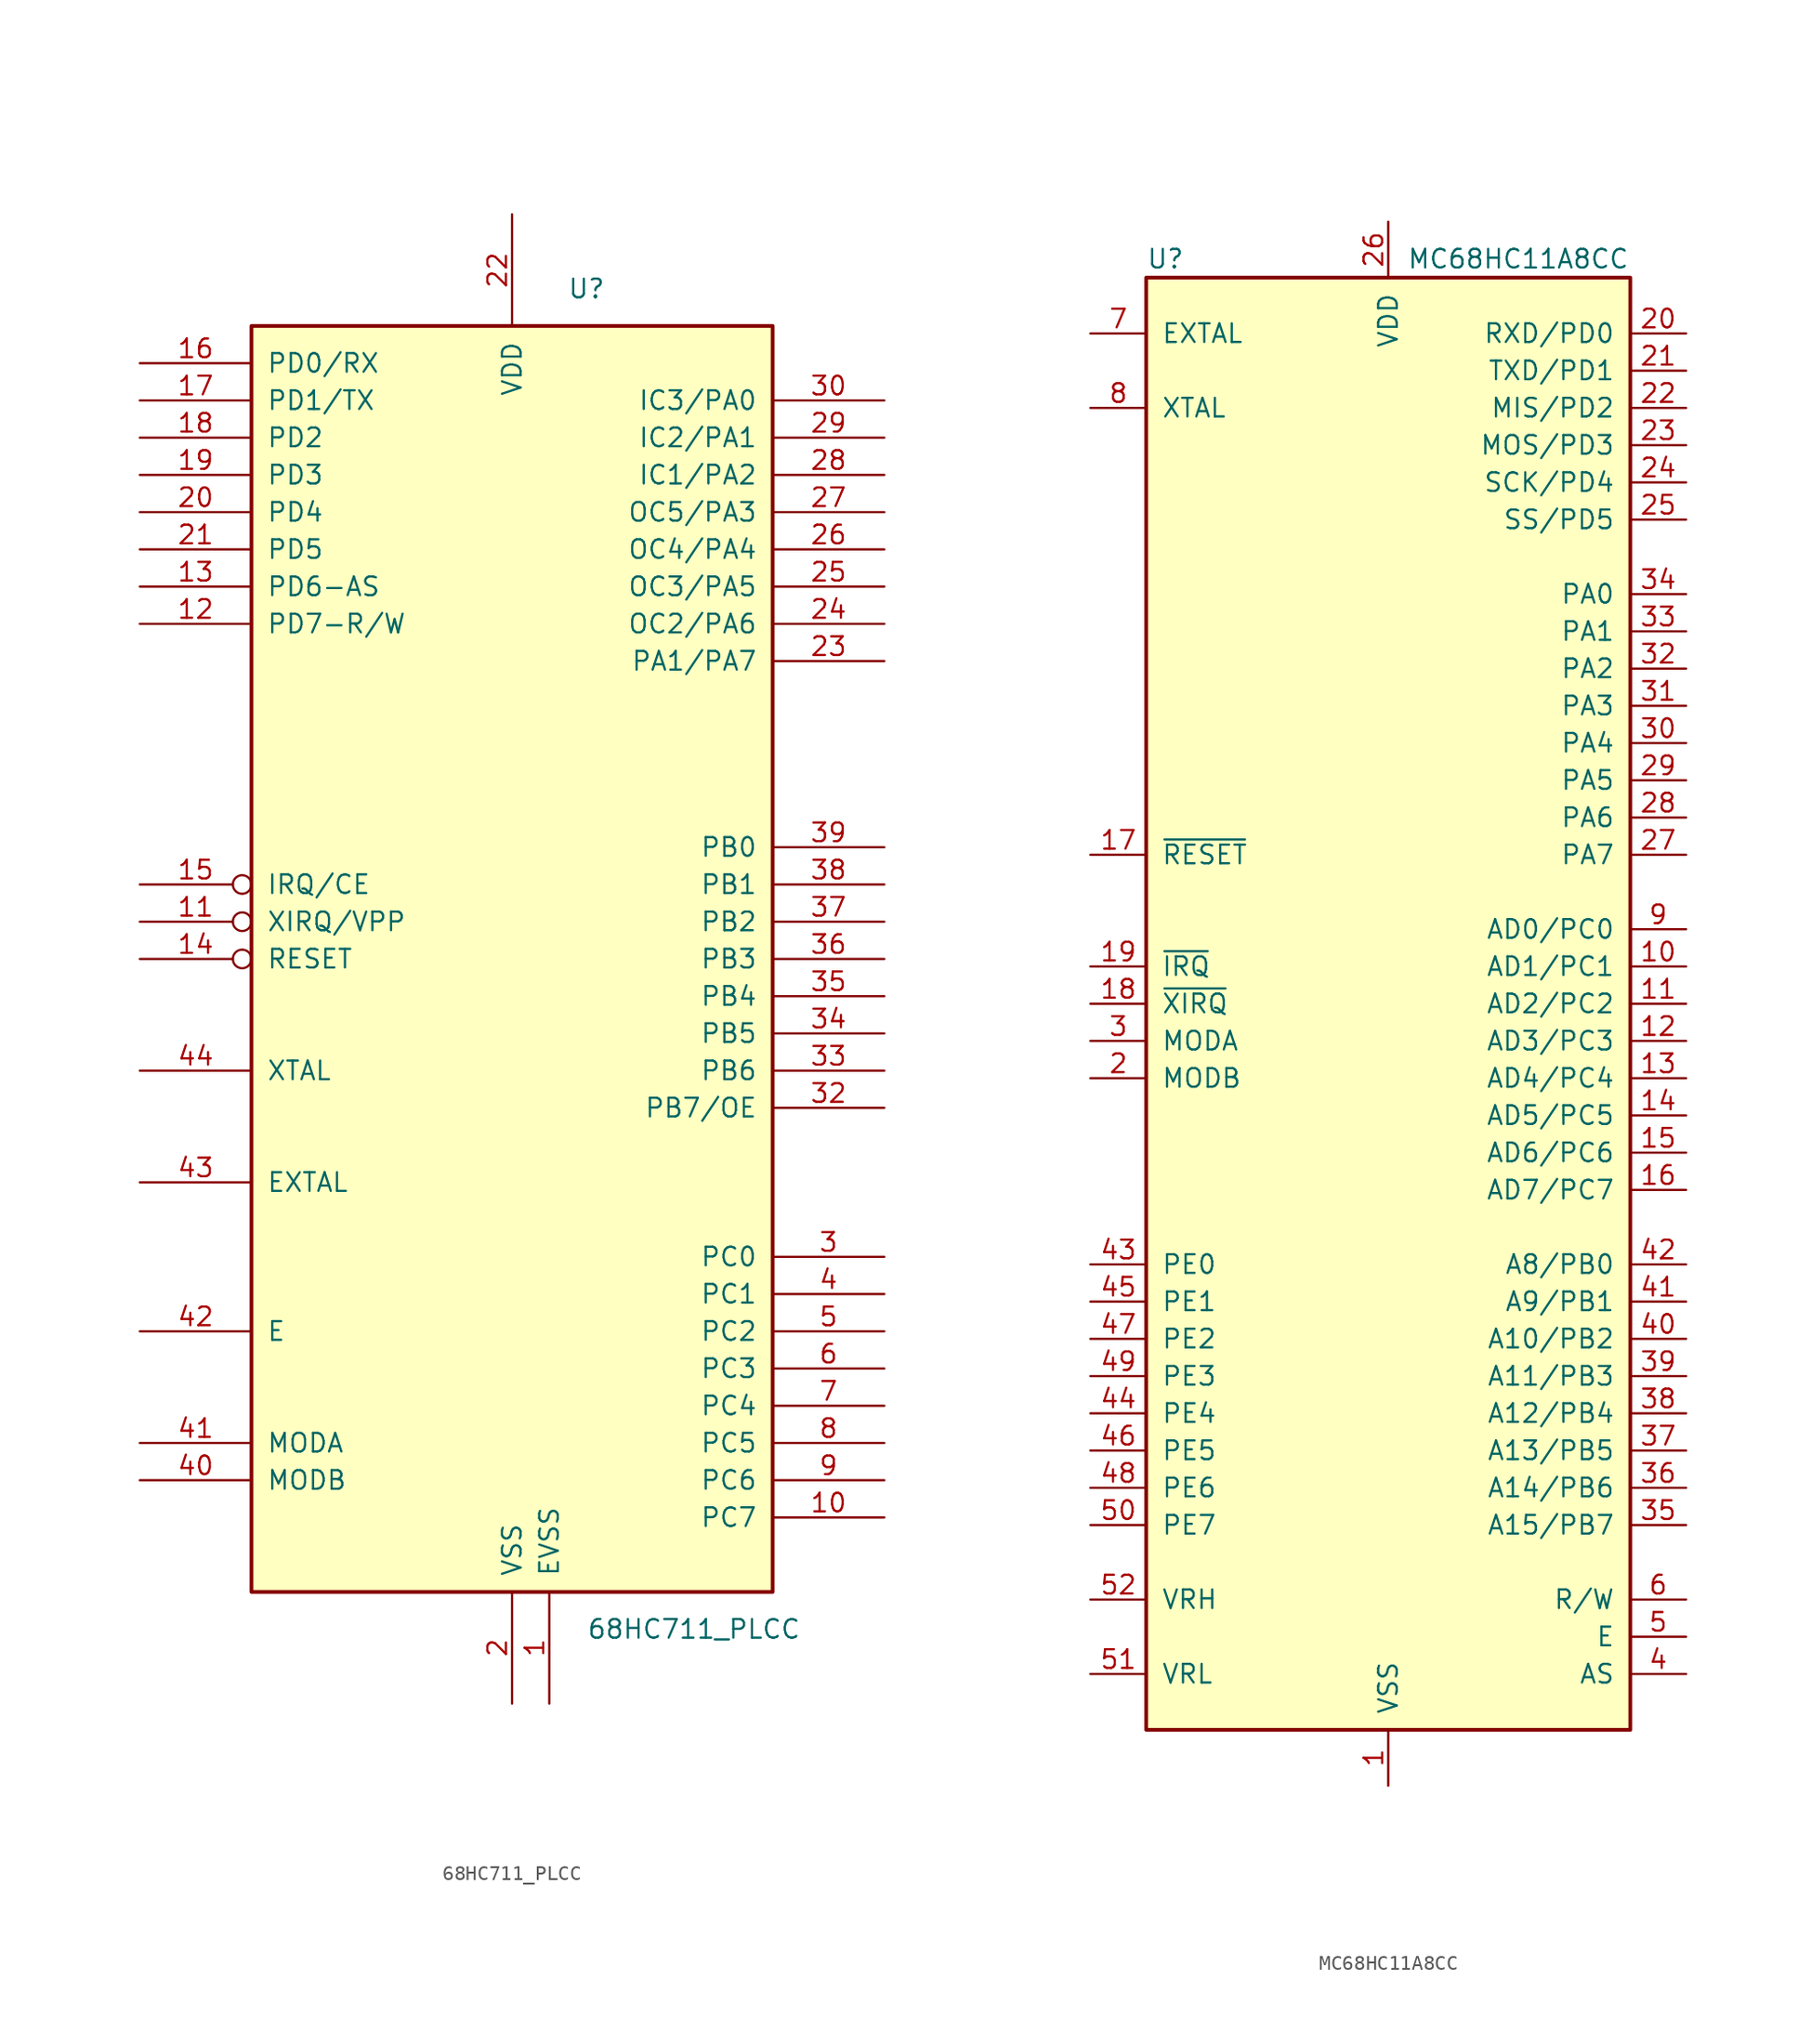
<source format=kicad_sym>
(kicad_symbol_lib
  (version 20201005)
  (generator kicad_symbol_editor)
  (symbol "MCU_NXP_HC11:68HC711_PLCC"
    (pin_names
      (offset 1.016))
    (property "Reference" "U"
      (at 5.08 45.72 0)
      (effects (font (size 1.27 1.27))))
    (property "Value" "68HC711_PLCC"
      (at 5.08 -45.72 0)
      (effects (font (size 1.27 1.27)) (justify left)))
    (symbol "68HC711_PLCC_0_1"
      (rectangle (start -17.78 -43.18) (end 17.78 43.18) (stroke (width 0.254)) (fill (type background))))
    (symbol "68HC711_PLCC_1_1"
      (pin power_in line (at 2.54 -50.8 90) (length 7.62) (name "EVSS" (effects (font (size 1.27 1.27)))) (number "1" (effects (font (size 1.27 1.27)))))
      (pin input line (at 25.4 -38.1 180) (length 7.62) (name "PC7" (effects (font (size 1.27 1.27)))) (number "10" (effects (font (size 1.27 1.27)))))
      (pin input inverted (at -25.4 2.54 0) (length 7.62) (name "XIRQ/VPP" (effects (font (size 1.27 1.27)))) (number "11" (effects (font (size 1.27 1.27)))))
      (pin output line (at -25.4 22.86 0) (length 7.62) (name "PD7-R/W" (effects (font (size 1.27 1.27)))) (number "12" (effects (font (size 1.27 1.27)))))
      (pin input line (at -25.4 25.4 0) (length 7.62) (name "PD6-AS" (effects (font (size 1.27 1.27)))) (number "13" (effects (font (size 1.27 1.27)))))
      (pin input inverted (at -25.4 0 0) (length 7.62) (name "RESET" (effects (font (size 1.27 1.27)))) (number "14" (effects (font (size 1.27 1.27)))))
      (pin input inverted (at -25.4 5.08 0) (length 7.62) (name "IRQ/CE" (effects (font (size 1.27 1.27)))) (number "15" (effects (font (size 1.27 1.27)))))
      (pin input line (at -25.4 40.64 0) (length 7.62) (name "PD0/RX" (effects (font (size 1.27 1.27)))) (number "16" (effects (font (size 1.27 1.27)))))
      (pin input line (at -25.4 38.1 0) (length 7.62) (name "PD1/TX" (effects (font (size 1.27 1.27)))) (number "17" (effects (font (size 1.27 1.27)))))
      (pin input line (at -25.4 35.56 0) (length 7.62) (name "PD2" (effects (font (size 1.27 1.27)))) (number "18" (effects (font (size 1.27 1.27)))))
      (pin input line (at -25.4 33.02 0) (length 7.62) (name "PD3" (effects (font (size 1.27 1.27)))) (number "19" (effects (font (size 1.27 1.27)))))
      (pin power_in line (at 0 -50.8 90) (length 7.62) (name "VSS" (effects (font (size 1.27 1.27)))) (number "2" (effects (font (size 1.27 1.27)))))
      (pin input line (at -25.4 30.48 0) (length 7.62) (name "PD4" (effects (font (size 1.27 1.27)))) (number "20" (effects (font (size 1.27 1.27)))))
      (pin input line (at -25.4 27.94 0) (length 7.62) (name "PD5" (effects (font (size 1.27 1.27)))) (number "21" (effects (font (size 1.27 1.27)))))
      (pin power_in line (at 0 50.8 270) (length 7.62) (name "VDD" (effects (font (size 1.27 1.27)))) (number "22" (effects (font (size 1.27 1.27)))))
      (pin input line (at 25.4 20.32 180) (length 7.62) (name "PA1/PA7" (effects (font (size 1.27 1.27)))) (number "23" (effects (font (size 1.27 1.27)))))
      (pin output line (at 25.4 22.86 180) (length 7.62) (name "OC2/PA6" (effects (font (size 1.27 1.27)))) (number "24" (effects (font (size 1.27 1.27)))))
      (pin output line (at 25.4 25.4 180) (length 7.62) (name "OC3/PA5" (effects (font (size 1.27 1.27)))) (number "25" (effects (font (size 1.27 1.27)))))
      (pin output line (at 25.4 27.94 180) (length 7.62) (name "OC4/PA4" (effects (font (size 1.27 1.27)))) (number "26" (effects (font (size 1.27 1.27)))))
      (pin output line (at 25.4 30.48 180) (length 7.62) (name "OC5/PA3" (effects (font (size 1.27 1.27)))) (number "27" (effects (font (size 1.27 1.27)))))
      (pin input line (at 25.4 33.02 180) (length 7.62) (name "IC1/PA2" (effects (font (size 1.27 1.27)))) (number "28" (effects (font (size 1.27 1.27)))))
      (pin input line (at 25.4 35.56 180) (length 7.62) (name "IC2/PA1" (effects (font (size 1.27 1.27)))) (number "29" (effects (font (size 1.27 1.27)))))
      (pin input line (at 25.4 -20.32 180) (length 7.62) (name "PC0" (effects (font (size 1.27 1.27)))) (number "3" (effects (font (size 1.27 1.27)))))
      (pin input line (at 25.4 38.1 180) (length 7.62) (name "IC3/PA0" (effects (font (size 1.27 1.27)))) (number "30" (effects (font (size 1.27 1.27)))))
      (pin output line (at 25.4 -10.16 180) (length 7.62) (name "PB7/OE" (effects (font (size 1.27 1.27)))) (number "32" (effects (font (size 1.27 1.27)))))
      (pin output line (at 25.4 -7.62 180) (length 7.62) (name "PB6" (effects (font (size 1.27 1.27)))) (number "33" (effects (font (size 1.27 1.27)))))
      (pin output line (at 25.4 -5.08 180) (length 7.62) (name "PB5" (effects (font (size 1.27 1.27)))) (number "34" (effects (font (size 1.27 1.27)))))
      (pin output line (at 25.4 -2.54 180) (length 7.62) (name "PB4" (effects (font (size 1.27 1.27)))) (number "35" (effects (font (size 1.27 1.27)))))
      (pin output line (at 25.4 0 180) (length 7.62) (name "PB3" (effects (font (size 1.27 1.27)))) (number "36" (effects (font (size 1.27 1.27)))))
      (pin output line (at 25.4 2.54 180) (length 7.62) (name "PB2" (effects (font (size 1.27 1.27)))) (number "37" (effects (font (size 1.27 1.27)))))
      (pin output line (at 25.4 5.08 180) (length 7.62) (name "PB1" (effects (font (size 1.27 1.27)))) (number "38" (effects (font (size 1.27 1.27)))))
      (pin output line (at 25.4 7.62 180) (length 7.62) (name "PB0" (effects (font (size 1.27 1.27)))) (number "39" (effects (font (size 1.27 1.27)))))
      (pin input line (at 25.4 -22.86 180) (length 7.62) (name "PC1" (effects (font (size 1.27 1.27)))) (number "4" (effects (font (size 1.27 1.27)))))
      (pin input line (at -25.4 -35.56 0) (length 7.62) (name "MODB" (effects (font (size 1.27 1.27)))) (number "40" (effects (font (size 1.27 1.27)))))
      (pin input line (at -25.4 -33.02 0) (length 7.62) (name "MODA" (effects (font (size 1.27 1.27)))) (number "41" (effects (font (size 1.27 1.27)))))
      (pin output line (at -25.4 -25.4 0) (length 7.62) (name "E" (effects (font (size 1.27 1.27)))) (number "42" (effects (font (size 1.27 1.27)))))
      (pin input line (at -25.4 -15.24 0) (length 7.62) (name "EXTAL" (effects (font (size 1.27 1.27)))) (number "43" (effects (font (size 1.27 1.27)))))
      (pin output line (at -25.4 -7.62 0) (length 7.62) (name "XTAL" (effects (font (size 1.27 1.27)))) (number "44" (effects (font (size 1.27 1.27)))))
      (pin input line (at 25.4 -25.4 180) (length 7.62) (name "PC2" (effects (font (size 1.27 1.27)))) (number "5" (effects (font (size 1.27 1.27)))))
      (pin input line (at 25.4 -27.94 180) (length 7.62) (name "PC3" (effects (font (size 1.27 1.27)))) (number "6" (effects (font (size 1.27 1.27)))))
      (pin input line (at 25.4 -30.48 180) (length 7.62) (name "PC4" (effects (font (size 1.27 1.27)))) (number "7" (effects (font (size 1.27 1.27)))))
      (pin input line (at 25.4 -33.02 180) (length 7.62) (name "PC5" (effects (font (size 1.27 1.27)))) (number "8" (effects (font (size 1.27 1.27)))))
      (pin input line (at 25.4 -35.56 180) (length 7.62) (name "PC6" (effects (font (size 1.27 1.27)))) (number "9" (effects (font (size 1.27 1.27)))))))
  (symbol "MCU_NXP_HC11:MC68HC11A8CC"
    (pin_names
      (offset 1.016))
    (property "Reference" "U"
      (at -16.51 50.8 0)
      (effects (font (size 1.27 1.27)) (justify left)))
    (property "Value" "MC68HC11A8CC"
      (at 1.27 50.8 0)
      (effects (font (size 1.27 1.27)) (justify left)))
    (symbol "MC68HC11A8CC_0_1"
      (rectangle (start -16.51 49.53) (end 16.51 -49.53) (stroke (width 0.254)) (fill (type background))))
    (symbol "MC68HC11A8CC_1_1"
      (pin power_in line (at 0 -53.34 90) (length 3.81) (name "VSS" (effects (font (size 1.27 1.27)))) (number "1" (effects (font (size 1.27 1.27)))))
      (pin bidirectional line (at 20.32 2.54 180) (length 3.81) (name "AD1/PC1" (effects (font (size 1.27 1.27)))) (number "10" (effects (font (size 1.27 1.27)))))
      (pin bidirectional line (at 20.32 0 180) (length 3.81) (name "AD2/PC2" (effects (font (size 1.27 1.27)))) (number "11" (effects (font (size 1.27 1.27)))))
      (pin bidirectional line (at 20.32 -2.54 180) (length 3.81) (name "AD3/PC3" (effects (font (size 1.27 1.27)))) (number "12" (effects (font (size 1.27 1.27)))))
      (pin bidirectional line (at 20.32 -5.08 180) (length 3.81) (name "AD4/PC4" (effects (font (size 1.27 1.27)))) (number "13" (effects (font (size 1.27 1.27)))))
      (pin bidirectional line (at 20.32 -7.62 180) (length 3.81) (name "AD5/PC5" (effects (font (size 1.27 1.27)))) (number "14" (effects (font (size 1.27 1.27)))))
      (pin bidirectional line (at 20.32 -10.16 180) (length 3.81) (name "AD6/PC6" (effects (font (size 1.27 1.27)))) (number "15" (effects (font (size 1.27 1.27)))))
      (pin bidirectional line (at 20.32 -12.7 180) (length 3.81) (name "AD7/PC7" (effects (font (size 1.27 1.27)))) (number "16" (effects (font (size 1.27 1.27)))))
      (pin input line (at -20.32 10.16 0) (length 3.81) (name "~RESET" (effects (font (size 1.27 1.27)))) (number "17" (effects (font (size 1.27 1.27)))))
      (pin input line (at -20.32 0 0) (length 3.81) (name "~XIRQ" (effects (font (size 1.27 1.27)))) (number "18" (effects (font (size 1.27 1.27)))))
      (pin input line (at -20.32 2.54 0) (length 3.81) (name "~IRQ" (effects (font (size 1.27 1.27)))) (number "19" (effects (font (size 1.27 1.27)))))
      (pin input line (at -20.32 -5.08 0) (length 3.81) (name "MODB" (effects (font (size 1.27 1.27)))) (number "2" (effects (font (size 1.27 1.27)))))
      (pin bidirectional line (at 20.32 45.72 180) (length 3.81) (name "RXD/PD0" (effects (font (size 1.27 1.27)))) (number "20" (effects (font (size 1.27 1.27)))))
      (pin bidirectional line (at 20.32 43.18 180) (length 3.81) (name "TXD/PD1" (effects (font (size 1.27 1.27)))) (number "21" (effects (font (size 1.27 1.27)))))
      (pin bidirectional line (at 20.32 40.64 180) (length 3.81) (name "MIS/PD2" (effects (font (size 1.27 1.27)))) (number "22" (effects (font (size 1.27 1.27)))))
      (pin bidirectional line (at 20.32 38.1 180) (length 3.81) (name "MOS/PD3" (effects (font (size 1.27 1.27)))) (number "23" (effects (font (size 1.27 1.27)))))
      (pin bidirectional line (at 20.32 35.56 180) (length 3.81) (name "SCK/PD4" (effects (font (size 1.27 1.27)))) (number "24" (effects (font (size 1.27 1.27)))))
      (pin bidirectional line (at 20.32 33.02 180) (length 3.81) (name "SS/PD5" (effects (font (size 1.27 1.27)))) (number "25" (effects (font (size 1.27 1.27)))))
      (pin power_in line (at 0 53.34 270) (length 3.81) (name "VDD" (effects (font (size 1.27 1.27)))) (number "26" (effects (font (size 1.27 1.27)))))
      (pin bidirectional line (at 20.32 10.16 180) (length 3.81) (name "PA7" (effects (font (size 1.27 1.27)))) (number "27" (effects (font (size 1.27 1.27)))))
      (pin output line (at 20.32 12.7 180) (length 3.81) (name "PA6" (effects (font (size 1.27 1.27)))) (number "28" (effects (font (size 1.27 1.27)))))
      (pin output line (at 20.32 15.24 180) (length 3.81) (name "PA5" (effects (font (size 1.27 1.27)))) (number "29" (effects (font (size 1.27 1.27)))))
      (pin bidirectional line (at -20.32 -2.54 0) (length 3.81) (name "MODA" (effects (font (size 1.27 1.27)))) (number "3" (effects (font (size 1.27 1.27)))))
      (pin output line (at 20.32 17.78 180) (length 3.81) (name "PA4" (effects (font (size 1.27 1.27)))) (number "30" (effects (font (size 1.27 1.27)))))
      (pin output line (at 20.32 20.32 180) (length 3.81) (name "PA3" (effects (font (size 1.27 1.27)))) (number "31" (effects (font (size 1.27 1.27)))))
      (pin input line (at 20.32 22.86 180) (length 3.81) (name "PA2" (effects (font (size 1.27 1.27)))) (number "32" (effects (font (size 1.27 1.27)))))
      (pin input line (at 20.32 25.4 180) (length 3.81) (name "PA1" (effects (font (size 1.27 1.27)))) (number "33" (effects (font (size 1.27 1.27)))))
      (pin input line (at 20.32 27.94 180) (length 3.81) (name "PA0" (effects (font (size 1.27 1.27)))) (number "34" (effects (font (size 1.27 1.27)))))
      (pin output line (at 20.32 -35.56 180) (length 3.81) (name "A15/PB7" (effects (font (size 1.27 1.27)))) (number "35" (effects (font (size 1.27 1.27)))))
      (pin output line (at 20.32 -33.02 180) (length 3.81) (name "A14/PB6" (effects (font (size 1.27 1.27)))) (number "36" (effects (font (size 1.27 1.27)))))
      (pin output line (at 20.32 -30.48 180) (length 3.81) (name "A13/PB5" (effects (font (size 1.27 1.27)))) (number "37" (effects (font (size 1.27 1.27)))))
      (pin output line (at 20.32 -27.94 180) (length 3.81) (name "A12/PB4" (effects (font (size 1.27 1.27)))) (number "38" (effects (font (size 1.27 1.27)))))
      (pin output line (at 20.32 -25.4 180) (length 3.81) (name "A11/PB3" (effects (font (size 1.27 1.27)))) (number "39" (effects (font (size 1.27 1.27)))))
      (pin output line (at 20.32 -45.72 180) (length 3.81) (name "AS" (effects (font (size 1.27 1.27)))) (number "4" (effects (font (size 1.27 1.27)))))
      (pin output line (at 20.32 -22.86 180) (length 3.81) (name "A10/PB2" (effects (font (size 1.27 1.27)))) (number "40" (effects (font (size 1.27 1.27)))))
      (pin output line (at 20.32 -20.32 180) (length 3.81) (name "A9/PB1" (effects (font (size 1.27 1.27)))) (number "41" (effects (font (size 1.27 1.27)))))
      (pin output line (at 20.32 -17.78 180) (length 3.81) (name "A8/PB0" (effects (font (size 1.27 1.27)))) (number "42" (effects (font (size 1.27 1.27)))))
      (pin input line (at -20.32 -17.78 0) (length 3.81) (name "PE0" (effects (font (size 1.27 1.27)))) (number "43" (effects (font (size 1.27 1.27)))))
      (pin input line (at -20.32 -27.94 0) (length 3.81) (name "PE4" (effects (font (size 1.27 1.27)))) (number "44" (effects (font (size 1.27 1.27)))))
      (pin input line (at -20.32 -20.32 0) (length 3.81) (name "PE1" (effects (font (size 1.27 1.27)))) (number "45" (effects (font (size 1.27 1.27)))))
      (pin input line (at -20.32 -30.48 0) (length 3.81) (name "PE5" (effects (font (size 1.27 1.27)))) (number "46" (effects (font (size 1.27 1.27)))))
      (pin input line (at -20.32 -22.86 0) (length 3.81) (name "PE2" (effects (font (size 1.27 1.27)))) (number "47" (effects (font (size 1.27 1.27)))))
      (pin input line (at -20.32 -33.02 0) (length 3.81) (name "PE6" (effects (font (size 1.27 1.27)))) (number "48" (effects (font (size 1.27 1.27)))))
      (pin input line (at -20.32 -25.4 0) (length 3.81) (name "PE3" (effects (font (size 1.27 1.27)))) (number "49" (effects (font (size 1.27 1.27)))))
      (pin output line (at 20.32 -43.18 180) (length 3.81) (name "E" (effects (font (size 1.27 1.27)))) (number "5" (effects (font (size 1.27 1.27)))))
      (pin input line (at -20.32 -35.56 0) (length 3.81) (name "PE7" (effects (font (size 1.27 1.27)))) (number "50" (effects (font (size 1.27 1.27)))))
      (pin input line (at -20.32 -45.72 0) (length 3.81) (name "VRL" (effects (font (size 1.27 1.27)))) (number "51" (effects (font (size 1.27 1.27)))))
      (pin input line (at -20.32 -40.64 0) (length 3.81) (name "VRH" (effects (font (size 1.27 1.27)))) (number "52" (effects (font (size 1.27 1.27)))))
      (pin output line (at 20.32 -40.64 180) (length 3.81) (name "R/W" (effects (font (size 1.27 1.27)))) (number "6" (effects (font (size 1.27 1.27)))))
      (pin input line (at -20.32 45.72 0) (length 3.81) (name "EXTAL" (effects (font (size 1.27 1.27)))) (number "7" (effects (font (size 1.27 1.27)))))
      (pin output line (at -20.32 40.64 0) (length 3.81) (name "XTAL" (effects (font (size 1.27 1.27)))) (number "8" (effects (font (size 1.27 1.27)))))
      (pin bidirectional line (at 20.32 5.08 180) (length 3.81) (name "AD0/PC0" (effects (font (size 1.27 1.27)))) (number "9" (effects (font (size 1.27 1.27))))))))
</source>
